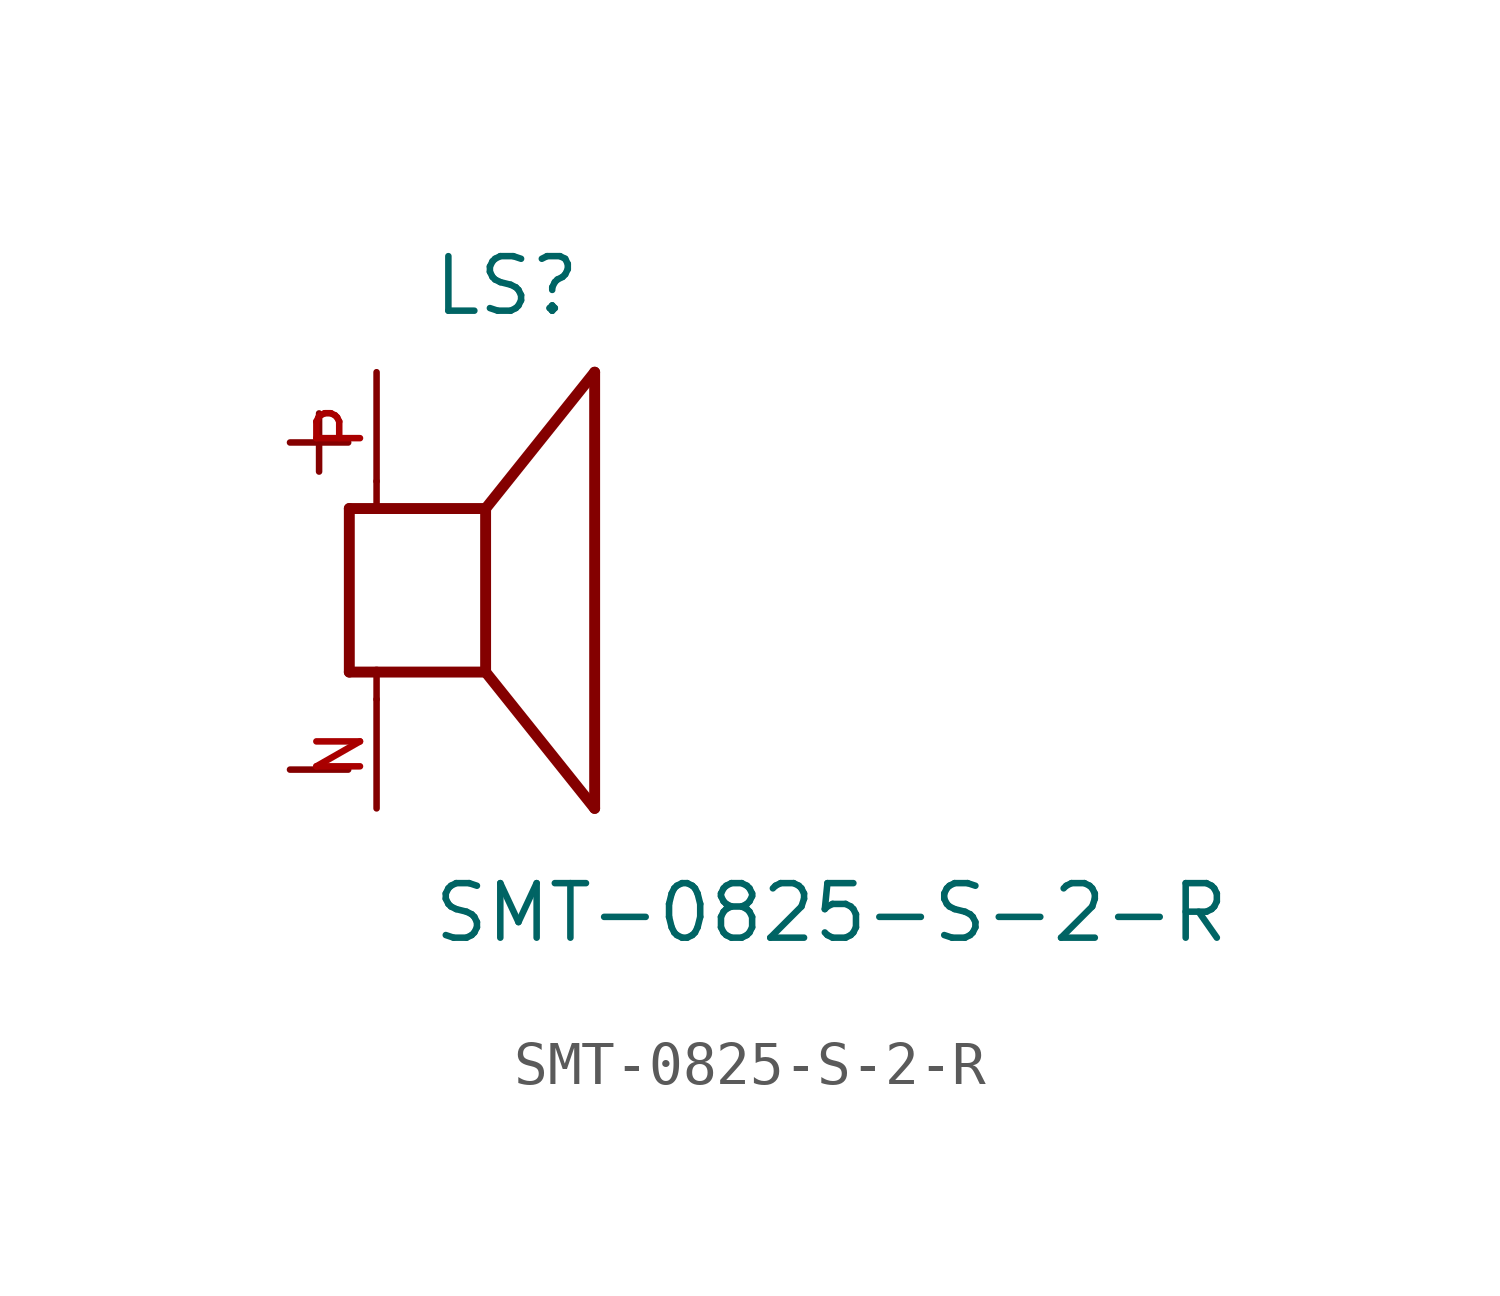
<source format=kicad_sym>
(kicad_symbol_lib
  (version 20211014)
  (generator kicad_symbol_editor)
  (symbol "SMT-0825-S-2-R"
    (pin_names
      (offset 1.016))
    (property "Reference" "LS"
      (at -1.27 6.35 0)
      (effects (font (size 1.27 1.27)) (justify bottom left)))
    (property "Value" "SMT-0825-S-2-R"
      (at -1.27 -8.255 0)
      (effects (font (size 1.27 1.27)) (justify bottom left)))
    (symbol "SMT-0825-S-2-R_0_0"
      (polyline (pts (xy -3.175 1.905) (xy -3.175 -1.905)) (stroke (width 0.254)))
      (polyline (pts (xy -3.175 -1.905) (xy -2.54 -1.905)) (stroke (width 0.254)))
      (polyline (pts (xy 0.0 -1.905) (xy 0.0 1.905)) (stroke (width 0.254)))
      (polyline (pts (xy -3.175 1.905) (xy -2.54 1.905)) (stroke (width 0.254)))
      (polyline (pts (xy 0.0 -1.905) (xy 2.54 -5.08)) (stroke (width 0.254)))
      (polyline (pts (xy 2.54 -5.08) (xy 2.54 5.08)) (stroke (width 0.254)))
      (polyline (pts (xy 0.0 1.905) (xy 2.54 5.08)) (stroke (width 0.254)))
      (polyline (pts (xy -2.54 -2.54) (xy -2.54 -1.905)) (stroke (width 0.152)))
      (polyline (pts (xy -2.54 -1.905) (xy 0.0 -1.905)) (stroke (width 0.254)))
      (polyline (pts (xy -2.54 2.54) (xy -2.54 1.905)) (stroke (width 0.152)))
      (polyline (pts (xy -2.54 1.905) (xy 0.0 1.905)) (stroke (width 0.254)))
      (text "+" (at -5.08 2.54 0) (effects (font (size 1.778 1.778)) (justify bottom left)))
      (text "-" (at -5.08 -5.08 0) (effects (font (size 1.778 1.778)) (justify bottom left)))
      (pin passive line (at -2.54 -5.08 90.0) (length 2.54) (name "~" (effects (font (size 1.016 1.016)))) (number "N" (effects (font (size 1.016 1.016)))))
      (pin passive line (at -2.54 5.08 270.0) (length 2.54) (name "~" (effects (font (size 1.016 1.016)))) (number "P" (effects (font (size 1.016 1.016))))))))
</source>
